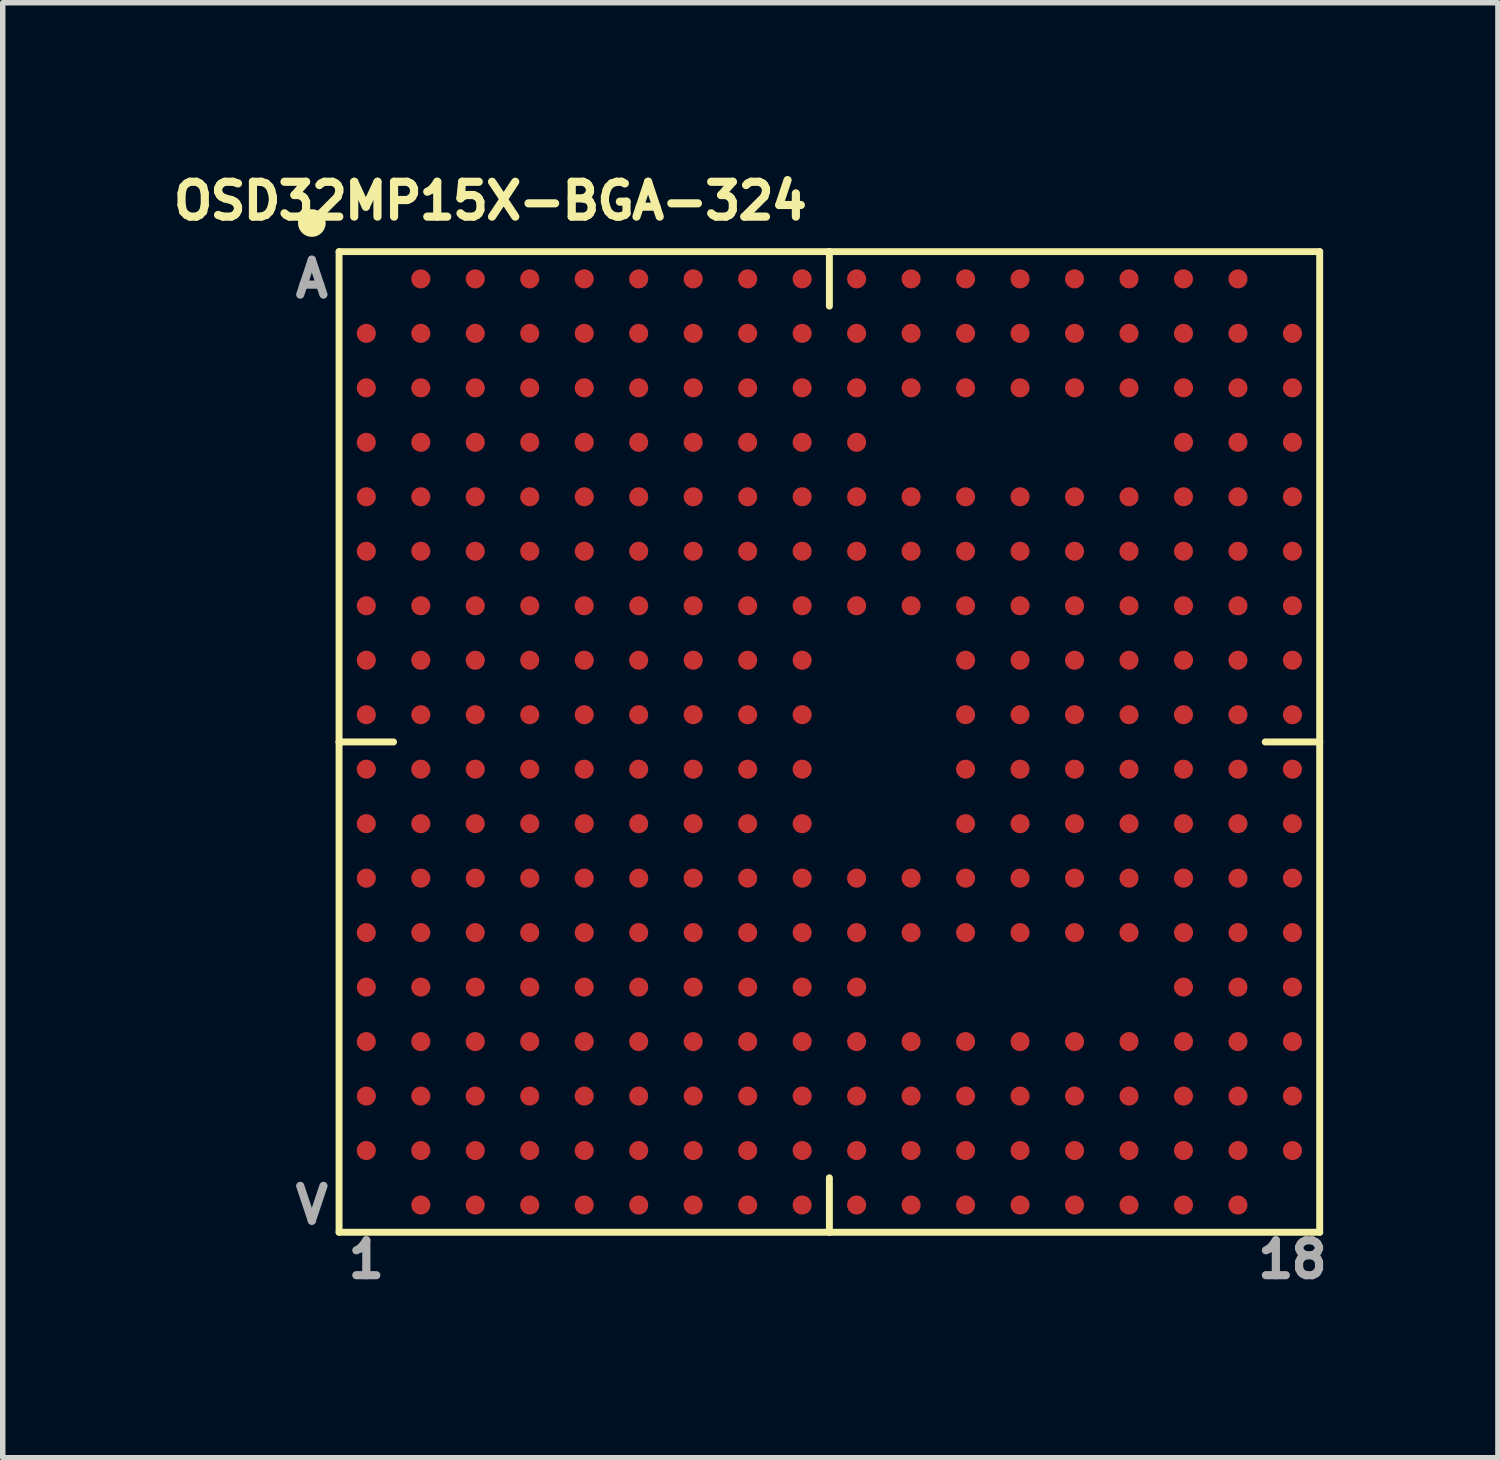
<source format=kicad_pcb>
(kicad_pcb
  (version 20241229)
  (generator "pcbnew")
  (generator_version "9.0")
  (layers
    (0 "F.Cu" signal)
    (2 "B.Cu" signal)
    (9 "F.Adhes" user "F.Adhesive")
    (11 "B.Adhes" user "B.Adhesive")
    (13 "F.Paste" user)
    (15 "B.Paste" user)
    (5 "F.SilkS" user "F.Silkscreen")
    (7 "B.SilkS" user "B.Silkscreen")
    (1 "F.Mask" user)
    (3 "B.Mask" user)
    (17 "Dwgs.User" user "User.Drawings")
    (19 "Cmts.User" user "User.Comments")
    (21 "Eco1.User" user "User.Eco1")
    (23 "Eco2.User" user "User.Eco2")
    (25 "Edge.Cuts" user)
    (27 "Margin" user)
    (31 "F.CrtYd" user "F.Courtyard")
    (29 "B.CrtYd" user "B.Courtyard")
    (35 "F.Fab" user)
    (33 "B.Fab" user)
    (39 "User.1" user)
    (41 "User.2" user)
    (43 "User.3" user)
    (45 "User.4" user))
  (footprint "OSD32MP15X-BGA-324"
    (layer "F.Cu")
    (at 12.174 10.569)
    (property "Reference" "OSD32MP15X-BGA-324" (at -6.223 -9.931 0) (layer "F.SilkS") (effects (font (size 0.64 0.64) (thickness 0.15))))
    (attr smd)
    (fp_line (start -9 -9) (end -9 0) (stroke (width 0.127) (type solid)) (layer "F.SilkS"))
    (fp_line (start -9 0) (end -9 9) (stroke (width 0.127) (type solid)) (layer "F.SilkS"))
    (fp_line (start -9 9) (end 0 9) (stroke (width 0.127) (type solid)) (layer "F.SilkS"))
    (fp_line (start -8 0) (end -9 0) (stroke (width 0.127) (type solid)) (layer "F.SilkS"))
    (fp_line (start 0 -9) (end -9 -9) (stroke (width 0.127) (type solid)) (layer "F.SilkS"))
    (fp_line (start 0 -9) (end 0 -8) (stroke (width 0.127) (type solid)) (layer "F.SilkS"))
    (fp_line (start 0 8) (end 0 9) (stroke (width 0.127) (type solid)) (layer "F.SilkS"))
    (fp_line (start 0 9) (end 9 9) (stroke (width 0.127) (type solid)) (layer "F.SilkS"))
    (fp_line (start 8 0) (end 9 0) (stroke (width 0.127) (type solid)) (layer "F.SilkS"))
    (fp_line (start 9 -9) (end 0 -9) (stroke (width 0.127) (type solid)) (layer "F.SilkS"))
    (fp_line (start 9 0) (end 9 -9) (stroke (width 0.127) (type solid)) (layer "F.SilkS"))
    (fp_line (start 9 9) (end 9 0) (stroke (width 0.127) (type solid)) (layer "F.SilkS"))
    (fp_circle (center -9.5 -9.525) (end -9.373 -9.525) (stroke (width 0.254) (type solid)) (fill no) (layer "F.SilkS"))
    (fp_text user "A" (at -9.5 -8.5 0) (layer "F.Fab") (effects (font (size 0.64 0.64) (thickness 0.15))))
    (fp_text user "1" (at -8.5 9.5 0) (layer "F.Fab") (effects (font (size 0.64 0.64) (thickness 0.15))))
    (fp_text user "V" (at -9.5 8.5 0) (layer "F.Fab") (effects (font (size 0.64 0.64) (thickness 0.15))))
    (fp_text user "18" (at 8.5 9.5 0) (layer "F.Fab") (effects (font (size 0.64 0.64) (thickness 0.15))))
    (pad "A2" smd circle (at -7.5 -8.5 180) (size 0.35 0.35) (layers "F.Cu" "F.Mask" "F.Paste"))
    (pad "A3" smd circle (at -6.5 -8.5 180) (size 0.35 0.35) (layers "F.Cu" "F.Mask" "F.Paste"))
    (pad "A4" smd circle (at -5.5 -8.5 180) (size 0.35 0.35) (layers "F.Cu" "F.Mask" "F.Paste"))
    (pad "A5" smd circle (at -4.5 -8.5) (size 0.35 0.35) (layers "F.Cu" "F.Mask" "F.Paste"))
    (pad "A6" smd circle (at -3.5 -8.5) (size 0.35 0.35) (layers "F.Cu" "F.Mask" "F.Paste"))
    (pad "A7" smd circle (at -2.5 -8.5) (size 0.35 0.35) (layers "F.Cu" "F.Mask" "F.Paste"))
    (pad "A8" smd circle (at -1.5 -8.5) (size 0.35 0.35) (layers "F.Cu" "F.Mask" "F.Paste"))
    (pad "A9" smd circle (at -0.5 -8.5) (size 0.35 0.35) (layers "F.Cu" "F.Mask" "F.Paste"))
    (pad "A10" smd circle (at 0.5 -8.5) (size 0.35 0.35) (layers "F.Cu" "F.Mask" "F.Paste"))
    (pad "A11" smd circle (at 1.5 -8.5) (size 0.35 0.35) (layers "F.Cu" "F.Mask" "F.Paste"))
    (pad "A12" smd circle (at 2.5 -8.5) (size 0.35 0.35) (layers "F.Cu" "F.Mask" "F.Paste"))
    (pad "A13" smd circle (at 3.5 -8.5) (size 0.35 0.35) (layers "F.Cu" "F.Mask" "F.Paste"))
    (pad "A14" smd circle (at 4.5 -8.5) (size 0.35 0.35) (layers "F.Cu" "F.Mask" "F.Paste"))
    (pad "A15" smd circle (at 5.5 -8.5) (size 0.35 0.35) (layers "F.Cu" "F.Mask" "F.Paste"))
    (pad "A16" smd circle (at 6.5 -8.5) (size 0.35 0.35) (layers "F.Cu" "F.Mask" "F.Paste"))
    (pad "A17" smd circle (at 7.5 -8.5) (size 0.35 0.35) (layers "F.Cu" "F.Mask" "F.Paste"))
    (pad "B1" smd circle (at -8.5 -7.5) (size 0.35 0.35) (layers "F.Cu" "F.Mask" "F.Paste"))
    (pad "B2" smd circle (at -7.5 -7.5) (size 0.35 0.35) (layers "F.Cu" "F.Mask" "F.Paste"))
    (pad "B3" smd circle (at -6.5 -7.5 180) (size 0.35 0.35) (layers "F.Cu" "F.Mask" "F.Paste"))
    (pad "B4" smd circle (at -5.5 -7.5 180) (size 0.35 0.35) (layers "F.Cu" "F.Mask" "F.Paste"))
    (pad "B5" smd circle (at -4.5 -7.5) (size 0.35 0.35) (layers "F.Cu" "F.Mask" "F.Paste"))
    (pad "B6" smd circle (at -3.5 -7.5) (size 0.35 0.35) (layers "F.Cu" "F.Mask" "F.Paste"))
    (pad "B7" smd circle (at -2.5 -7.5) (size 0.35 0.35) (layers "F.Cu" "F.Mask" "F.Paste"))
    (pad "B8" smd circle (at -1.5 -7.5) (size 0.35 0.35) (layers "F.Cu" "F.Mask" "F.Paste"))
    (pad "B9" smd circle (at -0.5 -7.5) (size 0.35 0.35) (layers "F.Cu" "F.Mask" "F.Paste"))
    (pad "B10" smd circle (at 0.5 -7.5) (size 0.35 0.35) (layers "F.Cu" "F.Mask" "F.Paste"))
    (pad "B11" smd circle (at 1.5 -7.5) (size 0.35 0.35) (layers "F.Cu" "F.Mask" "F.Paste"))
    (pad "B12" smd circle (at 2.5 -7.5) (size 0.35 0.35) (layers "F.Cu" "F.Mask" "F.Paste"))
    (pad "B13" smd circle (at 3.5 -7.5) (size 0.35 0.35) (layers "F.Cu" "F.Mask" "F.Paste"))
    (pad "B14" smd circle (at 4.5 -7.5) (size 0.35 0.35) (layers "F.Cu" "F.Mask" "F.Paste"))
    (pad "B15" smd circle (at 5.5 -7.5) (size 0.35 0.35) (layers "F.Cu" "F.Mask" "F.Paste"))
    (pad "B16" smd circle (at 6.5 -7.5) (size 0.35 0.35) (layers "F.Cu" "F.Mask" "F.Paste"))
    (pad "B17" smd circle (at 7.5 -7.5) (size 0.35 0.35) (layers "F.Cu" "F.Mask" "F.Paste"))
    (pad "B18" smd circle (at 8.5 -7.5) (size 0.35 0.35) (layers "F.Cu" "F.Mask" "F.Paste"))
    (pad "C1" smd circle (at -8.5 -6.5 180) (size 0.35 0.35) (layers "F.Cu" "F.Mask" "F.Paste"))
    (pad "C2" smd circle (at -7.5 -6.5 180) (size 0.35 0.35) (layers "F.Cu" "F.Mask" "F.Paste"))
    (pad "C3" smd circle (at -6.5 -6.5 180) (size 0.35 0.35) (layers "F.Cu" "F.Mask" "F.Paste"))
    (pad "C4" smd circle (at -5.5 -6.5 180) (size 0.35 0.35) (layers "F.Cu" "F.Mask" "F.Paste"))
    (pad "C5" smd circle (at -4.5 -6.5) (size 0.35 0.35) (layers "F.Cu" "F.Mask" "F.Paste"))
    (pad "C6" smd circle (at -3.5 -6.5) (size 0.35 0.35) (layers "F.Cu" "F.Mask" "F.Paste"))
    (pad "C7" smd circle (at -2.5 -6.5) (size 0.35 0.35) (layers "F.Cu" "F.Mask" "F.Paste"))
    (pad "C8" smd circle (at -1.5 -6.5) (size 0.35 0.35) (layers "F.Cu" "F.Mask" "F.Paste"))
    (pad "C9" smd circle (at -0.5 -6.5) (size 0.35 0.35) (layers "F.Cu" "F.Mask" "F.Paste"))
    (pad "C10" smd circle (at 0.5 -6.5) (size 0.35 0.35) (layers "F.Cu" "F.Mask" "F.Paste"))
    (pad "C11" smd circle (at 1.5 -6.5) (size 0.35 0.35) (layers "F.Cu" "F.Mask" "F.Paste"))
    (pad "C12" smd circle (at 2.5 -6.5) (size 0.35 0.35) (layers "F.Cu" "F.Mask" "F.Paste"))
    (pad "C13" smd circle (at 3.5 -6.5) (size 0.35 0.35) (layers "F.Cu" "F.Mask" "F.Paste"))
    (pad "C14" smd circle (at 4.5 -6.5) (size 0.35 0.35) (layers "F.Cu" "F.Mask" "F.Paste"))
    (pad "C15" smd circle (at 5.5 -6.5) (size 0.35 0.35) (layers "F.Cu" "F.Mask" "F.Paste"))
    (pad "C16" smd circle (at 6.5 -6.5) (size 0.35 0.35) (layers "F.Cu" "F.Mask" "F.Paste"))
    (pad "C17" smd circle (at 7.5 -6.5) (size 0.35 0.35) (layers "F.Cu" "F.Mask" "F.Paste"))
    (pad "C18" smd circle (at 8.5 -6.5) (size 0.35 0.35) (layers "F.Cu" "F.Mask" "F.Paste"))
    (pad "D1" smd circle (at -8.5 -5.5 180) (size 0.35 0.35) (layers "F.Cu" "F.Mask" "F.Paste"))
    (pad "D2" smd circle (at -7.5 -5.5 180) (size 0.35 0.35) (layers "F.Cu" "F.Mask" "F.Paste"))
    (pad "D3" smd circle (at -6.5 -5.5 180) (size 0.35 0.35) (layers "F.Cu" "F.Mask" "F.Paste"))
    (pad "D4" smd circle (at -5.5 -5.5 180) (size 0.35 0.35) (layers "F.Cu" "F.Mask" "F.Paste"))
    (pad "D5" smd circle (at -4.5 -5.5) (size 0.35 0.35) (layers "F.Cu" "F.Mask" "F.Paste"))
    (pad "D6" smd circle (at -3.5 -5.5) (size 0.35 0.35) (layers "F.Cu" "F.Mask" "F.Paste"))
    (pad "D7" smd circle (at -2.5 -5.5) (size 0.35 0.35) (layers "F.Cu" "F.Mask" "F.Paste"))
    (pad "D8" smd circle (at -1.5 -5.5) (size 0.35 0.35) (layers "F.Cu" "F.Mask" "F.Paste"))
    (pad "D9" smd circle (at -0.5 -5.5) (size 0.35 0.35) (layers "F.Cu" "F.Mask" "F.Paste"))
    (pad "D10" smd circle (at 0.5 -5.5) (size 0.35 0.35) (layers "F.Cu" "F.Mask" "F.Paste"))
    (pad "D16" smd circle (at 6.5 -5.5) (size 0.35 0.35) (layers "F.Cu" "F.Mask" "F.Paste"))
    (pad "D17" smd circle (at 7.5 -5.5) (size 0.35 0.35) (layers "F.Cu" "F.Mask" "F.Paste"))
    (pad "D18" smd circle (at 8.5 -5.5) (size 0.35 0.35) (layers "F.Cu" "F.Mask" "F.Paste"))
    (pad "E1" smd circle (at -8.5 -4.5 180) (size 0.35 0.35) (layers "F.Cu" "F.Mask" "F.Paste"))
    (pad "E2" smd circle (at -7.5 -4.5 180) (size 0.35 0.35) (layers "F.Cu" "F.Mask" "F.Paste"))
    (pad "E3" smd circle (at -6.5 -4.5 180) (size 0.35 0.35) (layers "F.Cu" "F.Mask" "F.Paste"))
    (pad "E4" smd circle (at -5.5 -4.5 180) (size 0.35 0.35) (layers "F.Cu" "F.Mask" "F.Paste"))
    (pad "E5" smd circle (at -4.5 -4.5) (size 0.35 0.35) (layers "F.Cu" "F.Mask" "F.Paste"))
    (pad "E6" smd circle (at -3.5 -4.5) (size 0.35 0.35) (layers "F.Cu" "F.Mask" "F.Paste"))
    (pad "E7" smd circle (at -2.5 -4.5) (size 0.35 0.35) (layers "F.Cu" "F.Mask" "F.Paste"))
    (pad "E8" smd circle (at -1.5 -4.5) (size 0.35 0.35) (layers "F.Cu" "F.Mask" "F.Paste"))
    (pad "E9" smd circle (at -0.5 -4.5) (size 0.35 0.35) (layers "F.Cu" "F.Mask" "F.Paste"))
    (pad "E10" smd circle (at 0.5 -4.5) (size 0.35 0.35) (layers "F.Cu" "F.Mask" "F.Paste"))
    (pad "E11" smd circle (at 1.5 -4.5) (size 0.35 0.35) (layers "F.Cu" "F.Mask" "F.Paste"))
    (pad "E12" smd circle (at 2.5 -4.5) (size 0.35 0.35) (layers "F.Cu" "F.Mask" "F.Paste"))
    (pad "E13" smd circle (at 3.5 -4.5) (size 0.35 0.35) (layers "F.Cu" "F.Mask" "F.Paste"))
    (pad "E14" smd circle (at 4.5 -4.5) (size 0.35 0.35) (layers "F.Cu" "F.Mask" "F.Paste"))
    (pad "E15" smd circle (at 5.5 -4.5) (size 0.35 0.35) (layers "F.Cu" "F.Mask" "F.Paste"))
    (pad "E16" smd circle (at 6.5 -4.5) (size 0.35 0.35) (layers "F.Cu" "F.Mask" "F.Paste"))
    (pad "E17" smd circle (at 7.5 -4.5) (size 0.35 0.35) (layers "F.Cu" "F.Mask" "F.Paste"))
    (pad "E18" smd circle (at 8.5 -4.5) (size 0.35 0.35) (layers "F.Cu" "F.Mask" "F.Paste"))
    (pad "F1" smd circle (at -8.5 -3.5 180) (size 0.35 0.35) (layers "F.Cu" "F.Mask" "F.Paste"))
    (pad "F2" smd circle (at -7.5 -3.5 180) (size 0.35 0.35) (layers "F.Cu" "F.Mask" "F.Paste"))
    (pad "F3" smd circle (at -6.5 -3.5 180) (size 0.35 0.35) (layers "F.Cu" "F.Mask" "F.Paste"))
    (pad "F4" smd circle (at -5.5 -3.5 180) (size 0.35 0.35) (layers "F.Cu" "F.Mask" "F.Paste"))
    (pad "F5" smd circle (at -4.5 -3.5) (size 0.35 0.35) (layers "F.Cu" "F.Mask" "F.Paste"))
    (pad "F6" smd circle (at -3.5 -3.5) (size 0.35 0.35) (layers "F.Cu" "F.Mask" "F.Paste"))
    (pad "F7" smd circle (at -2.5 -3.5) (size 0.35 0.35) (layers "F.Cu" "F.Mask" "F.Paste"))
    (pad "F8" smd circle (at -1.5 -3.5) (size 0.35 0.35) (layers "F.Cu" "F.Mask" "F.Paste"))
    (pad "F9" smd circle (at -0.5 -3.5) (size 0.35 0.35) (layers "F.Cu" "F.Mask" "F.Paste"))
    (pad "F10" smd circle (at 0.5 -3.5) (size 0.35 0.35) (layers "F.Cu" "F.Mask" "F.Paste"))
    (pad "F11" smd circle (at 1.5 -3.5) (size 0.35 0.35) (layers "F.Cu" "F.Mask" "F.Paste"))
    (pad "F12" smd circle (at 2.5 -3.5) (size 0.35 0.35) (layers "F.Cu" "F.Mask" "F.Paste"))
    (pad "F13" smd circle (at 3.5 -3.5) (size 0.35 0.35) (layers "F.Cu" "F.Mask" "F.Paste"))
    (pad "F14" smd circle (at 4.5 -3.5) (size 0.35 0.35) (layers "F.Cu" "F.Mask" "F.Paste"))
    (pad "F15" smd circle (at 5.5 -3.5) (size 0.35 0.35) (layers "F.Cu" "F.Mask" "F.Paste"))
    (pad "F16" smd circle (at 6.5 -3.5) (size 0.35 0.35) (layers "F.Cu" "F.Mask" "F.Paste"))
    (pad "F17" smd circle (at 7.5 -3.5) (size 0.35 0.35) (layers "F.Cu" "F.Mask" "F.Paste"))
    (pad "F18" smd circle (at 8.5 -3.5) (size 0.35 0.35) (layers "F.Cu" "F.Mask" "F.Paste"))
    (pad "G1" smd circle (at -8.5 -2.5 180) (size 0.35 0.35) (layers "F.Cu" "F.Mask" "F.Paste"))
    (pad "G2" smd circle (at -7.5 -2.5 180) (size 0.35 0.35) (layers "F.Cu" "F.Mask" "F.Paste"))
    (pad "G3" smd circle (at -6.5 -2.5 180) (size 0.35 0.35) (layers "F.Cu" "F.Mask" "F.Paste"))
    (pad "G4" smd circle (at -5.5 -2.5 180) (size 0.35 0.35) (layers "F.Cu" "F.Mask" "F.Paste"))
    (pad "G5" smd circle (at -4.5 -2.5) (size 0.35 0.35) (layers "F.Cu" "F.Mask" "F.Paste"))
    (pad "G6" smd circle (at -3.5 -2.5) (size 0.35 0.35) (layers "F.Cu" "F.Mask" "F.Paste"))
    (pad "G7" smd circle (at -2.5 -2.5) (size 0.35 0.35) (layers "F.Cu" "F.Mask" "F.Paste"))
    (pad "G8" smd circle (at -1.5 -2.5) (size 0.35 0.35) (layers "F.Cu" "F.Mask" "F.Paste"))
    (pad "G9" smd circle (at -0.5 -2.5) (size 0.35 0.35) (layers "F.Cu" "F.Mask" "F.Paste"))
    (pad "G10" smd circle (at 0.5 -2.5) (size 0.35 0.35) (layers "F.Cu" "F.Mask" "F.Paste"))
    (pad "G11" smd circle (at 1.5 -2.5) (size 0.35 0.35) (layers "F.Cu" "F.Mask" "F.Paste"))
    (pad "G12" smd circle (at 2.5 -2.5) (size 0.35 0.35) (layers "F.Cu" "F.Mask" "F.Paste"))
    (pad "G13" smd circle (at 3.5 -2.5) (size 0.35 0.35) (layers "F.Cu" "F.Mask" "F.Paste"))
    (pad "G14" smd circle (at 4.5 -2.5) (size 0.35 0.35) (layers "F.Cu" "F.Mask" "F.Paste"))
    (pad "G15" smd circle (at 5.5 -2.5) (size 0.35 0.35) (layers "F.Cu" "F.Mask" "F.Paste"))
    (pad "G16" smd circle (at 6.5 -2.5) (size 0.35 0.35) (layers "F.Cu" "F.Mask" "F.Paste"))
    (pad "G17" smd circle (at 7.5 -2.5) (size 0.35 0.35) (layers "F.Cu" "F.Mask" "F.Paste"))
    (pad "G18" smd circle (at 8.5 -2.5) (size 0.35 0.35) (layers "F.Cu" "F.Mask" "F.Paste"))
    (pad "H1" smd circle (at -8.5 -1.5 180) (size 0.35 0.35) (layers "F.Cu" "F.Mask" "F.Paste"))
    (pad "H2" smd circle (at -7.5 -1.5 180) (size 0.35 0.35) (layers "F.Cu" "F.Mask" "F.Paste"))
    (pad "H3" smd circle (at -6.5 -1.5 180) (size 0.35 0.35) (layers "F.Cu" "F.Mask" "F.Paste"))
    (pad "H4" smd circle (at -5.5 -1.5 180) (size 0.35 0.35) (layers "F.Cu" "F.Mask" "F.Paste"))
    (pad "H5" smd circle (at -4.5 -1.5) (size 0.35 0.35) (layers "F.Cu" "F.Mask" "F.Paste"))
    (pad "H6" smd circle (at -3.5 -1.5) (size 0.35 0.35) (layers "F.Cu" "F.Mask" "F.Paste"))
    (pad "H7" smd circle (at -2.5 -1.5) (size 0.35 0.35) (layers "F.Cu" "F.Mask" "F.Paste"))
    (pad "H8" smd circle (at -1.5 -1.5) (size 0.35 0.35) (layers "F.Cu" "F.Mask" "F.Paste"))
    (pad "H9" smd circle (at -0.5 -1.5) (size 0.35 0.35) (layers "F.Cu" "F.Mask" "F.Paste"))
    (pad "H12" smd circle (at 2.5 -1.5) (size 0.35 0.35) (layers "F.Cu" "F.Mask" "F.Paste"))
    (pad "H13" smd circle (at 3.5 -1.5) (size 0.35 0.35) (layers "F.Cu" "F.Mask" "F.Paste"))
    (pad "H14" smd circle (at 4.5 -1.5) (size 0.35 0.35) (layers "F.Cu" "F.Mask" "F.Paste"))
    (pad "H15" smd circle (at 5.5 -1.5) (size 0.35 0.35) (layers "F.Cu" "F.Mask" "F.Paste"))
    (pad "H16" smd circle (at 6.5 -1.5) (size 0.35 0.35) (layers "F.Cu" "F.Mask" "F.Paste"))
    (pad "H17" smd circle (at 7.5 -1.5) (size 0.35 0.35) (layers "F.Cu" "F.Mask" "F.Paste"))
    (pad "H18" smd circle (at 8.5 -1.5) (size 0.35 0.35) (layers "F.Cu" "F.Mask" "F.Paste"))
    (pad "J1" smd circle (at -8.5 -0.5 180) (size 0.35 0.35) (layers "F.Cu" "F.Mask" "F.Paste"))
    (pad "J2" smd circle (at -7.5 -0.5 180) (size 0.35 0.35) (layers "F.Cu" "F.Mask" "F.Paste"))
    (pad "J3" smd circle (at -6.5 -0.5 180) (size 0.35 0.35) (layers "F.Cu" "F.Mask" "F.Paste"))
    (pad "J4" smd circle (at -5.5 -0.5 180) (size 0.35 0.35) (layers "F.Cu" "F.Mask" "F.Paste"))
    (pad "J5" smd circle (at -4.5 -0.5) (size 0.35 0.35) (layers "F.Cu" "F.Mask" "F.Paste"))
    (pad "J6" smd circle (at -3.5 -0.5) (size 0.35 0.35) (layers "F.Cu" "F.Mask" "F.Paste"))
    (pad "J7" smd circle (at -2.5 -0.5) (size 0.35 0.35) (layers "F.Cu" "F.Mask" "F.Paste"))
    (pad "J8" smd circle (at -1.5 -0.5) (size 0.35 0.35) (layers "F.Cu" "F.Mask" "F.Paste"))
    (pad "J9" smd circle (at -0.5 -0.5) (size 0.35 0.35) (layers "F.Cu" "F.Mask" "F.Paste"))
    (pad "J12" smd circle (at 2.5 -0.5) (size 0.35 0.35) (layers "F.Cu" "F.Mask" "F.Paste"))
    (pad "J13" smd circle (at 3.5 -0.5) (size 0.35 0.35) (layers "F.Cu" "F.Mask" "F.Paste"))
    (pad "J14" smd circle (at 4.5 -0.5) (size 0.35 0.35) (layers "F.Cu" "F.Mask" "F.Paste"))
    (pad "J15" smd circle (at 5.5 -0.5) (size 0.35 0.35) (layers "F.Cu" "F.Mask" "F.Paste"))
    (pad "J16" smd circle (at 6.5 -0.5) (size 0.35 0.35) (layers "F.Cu" "F.Mask" "F.Paste"))
    (pad "J17" smd circle (at 7.5 -0.5) (size 0.35 0.35) (layers "F.Cu" "F.Mask" "F.Paste"))
    (pad "J18" smd circle (at 8.5 -0.5) (size 0.35 0.35) (layers "F.Cu" "F.Mask" "F.Paste"))
    (pad "K1" smd circle (at -8.5 0.5 180) (size 0.35 0.35) (layers "F.Cu" "F.Mask" "F.Paste"))
    (pad "K2" smd circle (at -7.5 0.5 180) (size 0.35 0.35) (layers "F.Cu" "F.Mask" "F.Paste"))
    (pad "K3" smd circle (at -6.5 0.5 180) (size 0.35 0.35) (layers "F.Cu" "F.Mask" "F.Paste"))
    (pad "K4" smd circle (at -5.5 0.5 180) (size 0.35 0.35) (layers "F.Cu" "F.Mask" "F.Paste"))
    (pad "K5" smd circle (at -4.5 0.5) (size 0.35 0.35) (layers "F.Cu" "F.Mask" "F.Paste"))
    (pad "K6" smd circle (at -3.5 0.5) (size 0.35 0.35) (layers "F.Cu" "F.Mask" "F.Paste"))
    (pad "K7" smd circle (at -2.5 0.5) (size 0.35 0.35) (layers "F.Cu" "F.Mask" "F.Paste"))
    (pad "K8" smd circle (at -1.5 0.5) (size 0.35 0.35) (layers "F.Cu" "F.Mask" "F.Paste"))
    (pad "K9" smd circle (at -0.5 0.5) (size 0.35 0.35) (layers "F.Cu" "F.Mask" "F.Paste"))
    (pad "K12" smd circle (at 2.5 0.5) (size 0.35 0.35) (layers "F.Cu" "F.Mask" "F.Paste"))
    (pad "K13" smd circle (at 3.5 0.5) (size 0.35 0.35) (layers "F.Cu" "F.Mask" "F.Paste"))
    (pad "K14" smd circle (at 4.5 0.5) (size 0.35 0.35) (layers "F.Cu" "F.Mask" "F.Paste"))
    (pad "K15" smd circle (at 5.5 0.5) (size 0.35 0.35) (layers "F.Cu" "F.Mask" "F.Paste"))
    (pad "K16" smd circle (at 6.5 0.5) (size 0.35 0.35) (layers "F.Cu" "F.Mask" "F.Paste"))
    (pad "K17" smd circle (at 7.5 0.5) (size 0.35 0.35) (layers "F.Cu" "F.Mask" "F.Paste"))
    (pad "K18" smd circle (at 8.5 0.5) (size 0.35 0.35) (layers "F.Cu" "F.Mask" "F.Paste"))
    (pad "L1" smd circle (at -8.5 1.5 180) (size 0.35 0.35) (layers "F.Cu" "F.Mask" "F.Paste"))
    (pad "L2" smd circle (at -7.5 1.5 180) (size 0.35 0.35) (layers "F.Cu" "F.Mask" "F.Paste"))
    (pad "L3" smd circle (at -6.5 1.5 180) (size 0.35 0.35) (layers "F.Cu" "F.Mask" "F.Paste"))
    (pad "L4" smd circle (at -5.5 1.5 180) (size 0.35 0.35) (layers "F.Cu" "F.Mask" "F.Paste"))
    (pad "L5" smd circle (at -4.5 1.5) (size 0.35 0.35) (layers "F.Cu" "F.Mask" "F.Paste"))
    (pad "L6" smd circle (at -3.5 1.5) (size 0.35 0.35) (layers "F.Cu" "F.Mask" "F.Paste"))
    (pad "L7" smd circle (at -2.5 1.5) (size 0.35 0.35) (layers "F.Cu" "F.Mask" "F.Paste"))
    (pad "L8" smd circle (at -1.5 1.5) (size 0.35 0.35) (layers "F.Cu" "F.Mask" "F.Paste"))
    (pad "L9" smd circle (at -0.5 1.5) (size 0.35 0.35) (layers "F.Cu" "F.Mask" "F.Paste"))
    (pad "L12" smd circle (at 2.5 1.5) (size 0.35 0.35) (layers "F.Cu" "F.Mask" "F.Paste"))
    (pad "L13" smd circle (at 3.5 1.5) (size 0.35 0.35) (layers "F.Cu" "F.Mask" "F.Paste"))
    (pad "L14" smd circle (at 4.5 1.5) (size 0.35 0.35) (layers "F.Cu" "F.Mask" "F.Paste"))
    (pad "L15" smd circle (at 5.5 1.5) (size 0.35 0.35) (layers "F.Cu" "F.Mask" "F.Paste"))
    (pad "L16" smd circle (at 6.5 1.5) (size 0.35 0.35) (layers "F.Cu" "F.Mask" "F.Paste"))
    (pad "L17" smd circle (at 7.5 1.5) (size 0.35 0.35) (layers "F.Cu" "F.Mask" "F.Paste"))
    (pad "L18" smd circle (at 8.5 1.5) (size 0.35 0.35) (layers "F.Cu" "F.Mask" "F.Paste"))
    (pad "M1" smd circle (at -8.5 2.5 180) (size 0.35 0.35) (layers "F.Cu" "F.Mask" "F.Paste"))
    (pad "M2" smd circle (at -7.5 2.5 180) (size 0.35 0.35) (layers "F.Cu" "F.Mask" "F.Paste"))
    (pad "M3" smd circle (at -6.5 2.5 180) (size 0.35 0.35) (layers "F.Cu" "F.Mask" "F.Paste"))
    (pad "M4" smd circle (at -5.5 2.5 180) (size 0.35 0.35) (layers "F.Cu" "F.Mask" "F.Paste"))
    (pad "M5" smd circle (at -4.5 2.5) (size 0.35 0.35) (layers "F.Cu" "F.Mask" "F.Paste"))
    (pad "M6" smd circle (at -3.5 2.5) (size 0.35 0.35) (layers "F.Cu" "F.Mask" "F.Paste"))
    (pad "M7" smd circle (at -2.5 2.5) (size 0.35 0.35) (layers "F.Cu" "F.Mask" "F.Paste"))
    (pad "M8" smd circle (at -1.5 2.5) (size 0.35 0.35) (layers "F.Cu" "F.Mask" "F.Paste"))
    (pad "M9" smd circle (at -0.5 2.5) (size 0.35 0.35) (layers "F.Cu" "F.Mask" "F.Paste"))
    (pad "M10" smd circle (at 0.5 2.5) (size 0.35 0.35) (layers "F.Cu" "F.Mask" "F.Paste"))
    (pad "M11" smd circle (at 1.5 2.5) (size 0.35 0.35) (layers "F.Cu" "F.Mask" "F.Paste"))
    (pad "M12" smd circle (at 2.5 2.5) (size 0.35 0.35) (layers "F.Cu" "F.Mask" "F.Paste"))
    (pad "M13" smd circle (at 3.5 2.5) (size 0.35 0.35) (layers "F.Cu" "F.Mask" "F.Paste"))
    (pad "M14" smd circle (at 4.5 2.5) (size 0.35 0.35) (layers "F.Cu" "F.Mask" "F.Paste"))
    (pad "M15" smd circle (at 5.5 2.5) (size 0.35 0.35) (layers "F.Cu" "F.Mask" "F.Paste"))
    (pad "M16" smd circle (at 6.5 2.5) (size 0.35 0.35) (layers "F.Cu" "F.Mask" "F.Paste"))
    (pad "M17" smd circle (at 7.5 2.5) (size 0.35 0.35) (layers "F.Cu" "F.Mask" "F.Paste"))
    (pad "M18" smd circle (at 8.5 2.5) (size 0.35 0.35) (layers "F.Cu" "F.Mask" "F.Paste"))
    (pad "N1" smd circle (at -8.5 3.5 180) (size 0.35 0.35) (layers "F.Cu" "F.Mask" "F.Paste"))
    (pad "N2" smd circle (at -7.5 3.5 180) (size 0.35 0.35) (layers "F.Cu" "F.Mask" "F.Paste"))
    (pad "N3" smd circle (at -6.5 3.5 180) (size 0.35 0.35) (layers "F.Cu" "F.Mask" "F.Paste"))
    (pad "N4" smd circle (at -5.5 3.5 180) (size 0.35 0.35) (layers "F.Cu" "F.Mask" "F.Paste"))
    (pad "N5" smd circle (at -4.5 3.5) (size 0.35 0.35) (layers "F.Cu" "F.Mask" "F.Paste"))
    (pad "N6" smd circle (at -3.5 3.5) (size 0.35 0.35) (layers "F.Cu" "F.Mask" "F.Paste"))
    (pad "N7" smd circle (at -2.5 3.5) (size 0.35 0.35) (layers "F.Cu" "F.Mask" "F.Paste"))
    (pad "N8" smd circle (at -1.5 3.5) (size 0.35 0.35) (layers "F.Cu" "F.Mask" "F.Paste"))
    (pad "N9" smd circle (at -0.5 3.5) (size 0.35 0.35) (layers "F.Cu" "F.Mask" "F.Paste"))
    (pad "N10" smd circle (at 0.5 3.5) (size 0.35 0.35) (layers "F.Cu" "F.Mask" "F.Paste"))
    (pad "N11" smd circle (at 1.5 3.5) (size 0.35 0.35) (layers "F.Cu" "F.Mask" "F.Paste"))
    (pad "N12" smd circle (at 2.5 3.5) (size 0.35 0.35) (layers "F.Cu" "F.Mask" "F.Paste"))
    (pad "N13" smd circle (at 3.5 3.5) (size 0.35 0.35) (layers "F.Cu" "F.Mask" "F.Paste"))
    (pad "N14" smd circle (at 4.5 3.5) (size 0.35 0.35) (layers "F.Cu" "F.Mask" "F.Paste"))
    (pad "N15" smd circle (at 5.5 3.5) (size 0.35 0.35) (layers "F.Cu" "F.Mask" "F.Paste"))
    (pad "N16" smd circle (at 6.5 3.5) (size 0.35 0.35) (layers "F.Cu" "F.Mask" "F.Paste"))
    (pad "N17" smd circle (at 7.5 3.5) (size 0.35 0.35) (layers "F.Cu" "F.Mask" "F.Paste"))
    (pad "N18" smd circle (at 8.5 3.5) (size 0.35 0.35) (layers "F.Cu" "F.Mask" "F.Paste"))
    (pad "P1" smd circle (at -8.5 4.5 180) (size 0.35 0.35) (layers "F.Cu" "F.Mask" "F.Paste"))
    (pad "P2" smd circle (at -7.5 4.5 180) (size 0.35 0.35) (layers "F.Cu" "F.Mask" "F.Paste"))
    (pad "P3" smd circle (at -6.5 4.5 180) (size 0.35 0.35) (layers "F.Cu" "F.Mask" "F.Paste"))
    (pad "P4" smd circle (at -5.5 4.5 180) (size 0.35 0.35) (layers "F.Cu" "F.Mask" "F.Paste"))
    (pad "P5" smd circle (at -4.5 4.5) (size 0.35 0.35) (layers "F.Cu" "F.Mask" "F.Paste"))
    (pad "P6" smd circle (at -3.5 4.5) (size 0.35 0.35) (layers "F.Cu" "F.Mask" "F.Paste"))
    (pad "P7" smd circle (at -2.5 4.5) (size 0.35 0.35) (layers "F.Cu" "F.Mask" "F.Paste"))
    (pad "P8" smd circle (at -1.5 4.5) (size 0.35 0.35) (layers "F.Cu" "F.Mask" "F.Paste"))
    (pad "P9" smd circle (at -0.5 4.5) (size 0.35 0.35) (layers "F.Cu" "F.Mask" "F.Paste"))
    (pad "P10" smd circle (at 0.5 4.5) (size 0.35 0.35) (layers "F.Cu" "F.Mask" "F.Paste"))
    (pad "P16" smd circle (at 6.5 4.5) (size 0.35 0.35) (layers "F.Cu" "F.Mask" "F.Paste"))
    (pad "P17" smd circle (at 7.5 4.5) (size 0.35 0.35) (layers "F.Cu" "F.Mask" "F.Paste"))
    (pad "P18" smd circle (at 8.5 4.5) (size 0.35 0.35) (layers "F.Cu" "F.Mask" "F.Paste"))
    (pad "R1" smd circle (at -8.5 5.5 180) (size 0.35 0.35) (layers "F.Cu" "F.Mask" "F.Paste"))
    (pad "R2" smd circle (at -7.5 5.5 180) (size 0.35 0.35) (layers "F.Cu" "F.Mask" "F.Paste"))
    (pad "R3" smd circle (at -6.5 5.5 180) (size 0.35 0.35) (layers "F.Cu" "F.Mask" "F.Paste"))
    (pad "R4" smd circle (at -5.5 5.5 180) (size 0.35 0.35) (layers "F.Cu" "F.Mask" "F.Paste"))
    (pad "R5" smd circle (at -4.5 5.5) (size 0.35 0.35) (layers "F.Cu" "F.Mask" "F.Paste"))
    (pad "R6" smd circle (at -3.5 5.5) (size 0.35 0.35) (layers "F.Cu" "F.Mask" "F.Paste"))
    (pad "R7" smd circle (at -2.5 5.5) (size 0.35 0.35) (layers "F.Cu" "F.Mask" "F.Paste"))
    (pad "R8" smd circle (at -1.5 5.5) (size 0.35 0.35) (layers "F.Cu" "F.Mask" "F.Paste"))
    (pad "R9" smd circle (at -0.5 5.5) (size 0.35 0.35) (layers "F.Cu" "F.Mask" "F.Paste"))
    (pad "R10" smd circle (at 0.5 5.5) (size 0.35 0.35) (layers "F.Cu" "F.Mask" "F.Paste"))
    (pad "R11" smd circle (at 1.5 5.5) (size 0.35 0.35) (layers "F.Cu" "F.Mask" "F.Paste"))
    (pad "R12" smd circle (at 2.5 5.5) (size 0.35 0.35) (layers "F.Cu" "F.Mask" "F.Paste"))
    (pad "R13" smd circle (at 3.5 5.5) (size 0.35 0.35) (layers "F.Cu" "F.Mask" "F.Paste"))
    (pad "R14" smd circle (at 4.5 5.5) (size 0.35 0.35) (layers "F.Cu" "F.Mask" "F.Paste"))
    (pad "R15" smd circle (at 5.5 5.5) (size 0.35 0.35) (layers "F.Cu" "F.Mask" "F.Paste"))
    (pad "R16" smd circle (at 6.5 5.5) (size 0.35 0.35) (layers "F.Cu" "F.Mask" "F.Paste"))
    (pad "R17" smd circle (at 7.5 5.5) (size 0.35 0.35) (layers "F.Cu" "F.Mask" "F.Paste"))
    (pad "R18" smd circle (at 8.5 5.5) (size 0.35 0.35) (layers "F.Cu" "F.Mask" "F.Paste"))
    (pad "T1" smd circle (at -8.5 6.5 180) (size 0.35 0.35) (layers "F.Cu" "F.Mask" "F.Paste"))
    (pad "T2" smd circle (at -7.5 6.5 180) (size 0.35 0.35) (layers "F.Cu" "F.Mask" "F.Paste"))
    (pad "T3" smd circle (at -6.5 6.5 180) (size 0.35 0.35) (layers "F.Cu" "F.Mask" "F.Paste"))
    (pad "T4" smd circle (at -5.5 6.5 180) (size 0.35 0.35) (layers "F.Cu" "F.Mask" "F.Paste"))
    (pad "T5" smd circle (at -4.5 6.5) (size 0.35 0.35) (layers "F.Cu" "F.Mask" "F.Paste"))
    (pad "T6" smd circle (at -3.5 6.5) (size 0.35 0.35) (layers "F.Cu" "F.Mask" "F.Paste"))
    (pad "T7" smd circle (at -2.5 6.5) (size 0.35 0.35) (layers "F.Cu" "F.Mask" "F.Paste"))
    (pad "T8" smd circle (at -1.5 6.5) (size 0.35 0.35) (layers "F.Cu" "F.Mask" "F.Paste"))
    (pad "T9" smd circle (at -0.5 6.5) (size 0.35 0.35) (layers "F.Cu" "F.Mask" "F.Paste"))
    (pad "T10" smd circle (at 0.5 6.5) (size 0.35 0.35) (layers "F.Cu" "F.Mask" "F.Paste"))
    (pad "T11" smd circle (at 1.5 6.5) (size 0.35 0.35) (layers "F.Cu" "F.Mask" "F.Paste"))
    (pad "T12" smd circle (at 2.5 6.5) (size 0.35 0.35) (layers "F.Cu" "F.Mask" "F.Paste"))
    (pad "T13" smd circle (at 3.5 6.5) (size 0.35 0.35) (layers "F.Cu" "F.Mask" "F.Paste"))
    (pad "T14" smd circle (at 4.5 6.5) (size 0.35 0.35) (layers "F.Cu" "F.Mask" "F.Paste"))
    (pad "T15" smd circle (at 5.5 6.5) (size 0.35 0.35) (layers "F.Cu" "F.Mask" "F.Paste"))
    (pad "T16" smd circle (at 6.5 6.5) (size 0.35 0.35) (layers "F.Cu" "F.Mask" "F.Paste"))
    (pad "T17" smd circle (at 7.5 6.5) (size 0.35 0.35) (layers "F.Cu" "F.Mask" "F.Paste"))
    (pad "T18" smd circle (at 8.5 6.5) (size 0.35 0.35) (layers "F.Cu" "F.Mask" "F.Paste"))
    (pad "U1" smd circle (at -8.5 7.5 180) (size 0.35 0.35) (layers "F.Cu" "F.Mask" "F.Paste"))
    (pad "U2" smd circle (at -7.5 7.5 180) (size 0.35 0.35) (layers "F.Cu" "F.Mask" "F.Paste"))
    (pad "U3" smd circle (at -6.5 7.5 180) (size 0.35 0.35) (layers "F.Cu" "F.Mask" "F.Paste"))
    (pad "U4" smd circle (at -5.5 7.5 180) (size 0.35 0.35) (layers "F.Cu" "F.Mask" "F.Paste"))
    (pad "U5" smd circle (at -4.5 7.5) (size 0.35 0.35) (layers "F.Cu" "F.Mask" "F.Paste"))
    (pad "U6" smd circle (at -3.5 7.5) (size 0.35 0.35) (layers "F.Cu" "F.Mask" "F.Paste"))
    (pad "U7" smd circle (at -2.5 7.5) (size 0.35 0.35) (layers "F.Cu" "F.Mask" "F.Paste"))
    (pad "U8" smd circle (at -1.5 7.5) (size 0.35 0.35) (layers "F.Cu" "F.Mask" "F.Paste"))
    (pad "U9" smd circle (at -0.5 7.5) (size 0.35 0.35) (layers "F.Cu" "F.Mask" "F.Paste"))
    (pad "U10" smd circle (at 0.5 7.5) (size 0.35 0.35) (layers "F.Cu" "F.Mask" "F.Paste"))
    (pad "U11" smd circle (at 1.5 7.5) (size 0.35 0.35) (layers "F.Cu" "F.Mask" "F.Paste"))
    (pad "U12" smd circle (at 2.5 7.5) (size 0.35 0.35) (layers "F.Cu" "F.Mask" "F.Paste"))
    (pad "U13" smd circle (at 3.5 7.5) (size 0.35 0.35) (layers "F.Cu" "F.Mask" "F.Paste"))
    (pad "U14" smd circle (at 4.5 7.5) (size 0.35 0.35) (layers "F.Cu" "F.Mask" "F.Paste"))
    (pad "U15" smd circle (at 5.5 7.5) (size 0.35 0.35) (layers "F.Cu" "F.Mask" "F.Paste"))
    (pad "U16" smd circle (at 6.5 7.5) (size 0.35 0.35) (layers "F.Cu" "F.Mask" "F.Paste"))
    (pad "U17" smd circle (at 7.5 7.5) (size 0.35 0.35) (layers "F.Cu" "F.Mask" "F.Paste"))
    (pad "U18" smd circle (at 8.5 7.5) (size 0.35 0.35) (layers "F.Cu" "F.Mask" "F.Paste"))
    (pad "V2" smd circle (at -7.5 8.5 180) (size 0.35 0.35) (layers "F.Cu" "F.Mask" "F.Paste"))
    (pad "V3" smd circle (at -6.5 8.5) (size 0.35 0.35) (layers "F.Cu" "F.Mask" "F.Paste"))
    (pad "V4" smd circle (at -5.5 8.5 180) (size 0.35 0.35) (layers "F.Cu" "F.Mask" "F.Paste"))
    (pad "V5" smd circle (at -4.5 8.5) (size 0.35 0.35) (layers "F.Cu" "F.Mask" "F.Paste"))
    (pad "V6" smd circle (at -3.5 8.5) (size 0.35 0.35) (layers "F.Cu" "F.Mask" "F.Paste"))
    (pad "V7" smd circle (at -2.5 8.5) (size 0.35 0.35) (layers "F.Cu" "F.Mask" "F.Paste"))
    (pad "V8" smd circle (at -1.5 8.5) (size 0.35 0.35) (layers "F.Cu" "F.Mask" "F.Paste"))
    (pad "V9" smd circle (at -0.5 8.5) (size 0.35 0.35) (layers "F.Cu" "F.Mask" "F.Paste"))
    (pad "V10" smd circle (at 0.5 8.5) (size 0.35 0.35) (layers "F.Cu" "F.Mask" "F.Paste"))
    (pad "V11" smd circle (at 1.5 8.5) (size 0.35 0.35) (layers "F.Cu" "F.Mask" "F.Paste"))
    (pad "V12" smd circle (at 2.5 8.5) (size 0.35 0.35) (layers "F.Cu" "F.Mask" "F.Paste"))
    (pad "V13" smd circle (at 3.5 8.5) (size 0.35 0.35) (layers "F.Cu" "F.Mask" "F.Paste"))
    (pad "V14" smd circle (at 4.5 8.5) (size 0.35 0.35) (layers "F.Cu" "F.Mask" "F.Paste"))
    (pad "V15" smd circle (at 5.5 8.5) (size 0.35 0.35) (layers "F.Cu" "F.Mask" "F.Paste"))
    (pad "V16" smd circle (at 6.5 8.5) (size 0.35 0.35) (layers "F.Cu" "F.Mask" "F.Paste"))
    (pad "V17" smd circle (at 7.5 8.5) (size 0.35 0.35) (layers "F.Cu" "F.Mask" "F.Paste")))
  (gr_rect
    (start -3 -3)
    (end 24.445 23.707)
    (stroke (width 0.1) (type default))
    (fill no)
    (layer "Edge.Cuts")))
</source>
